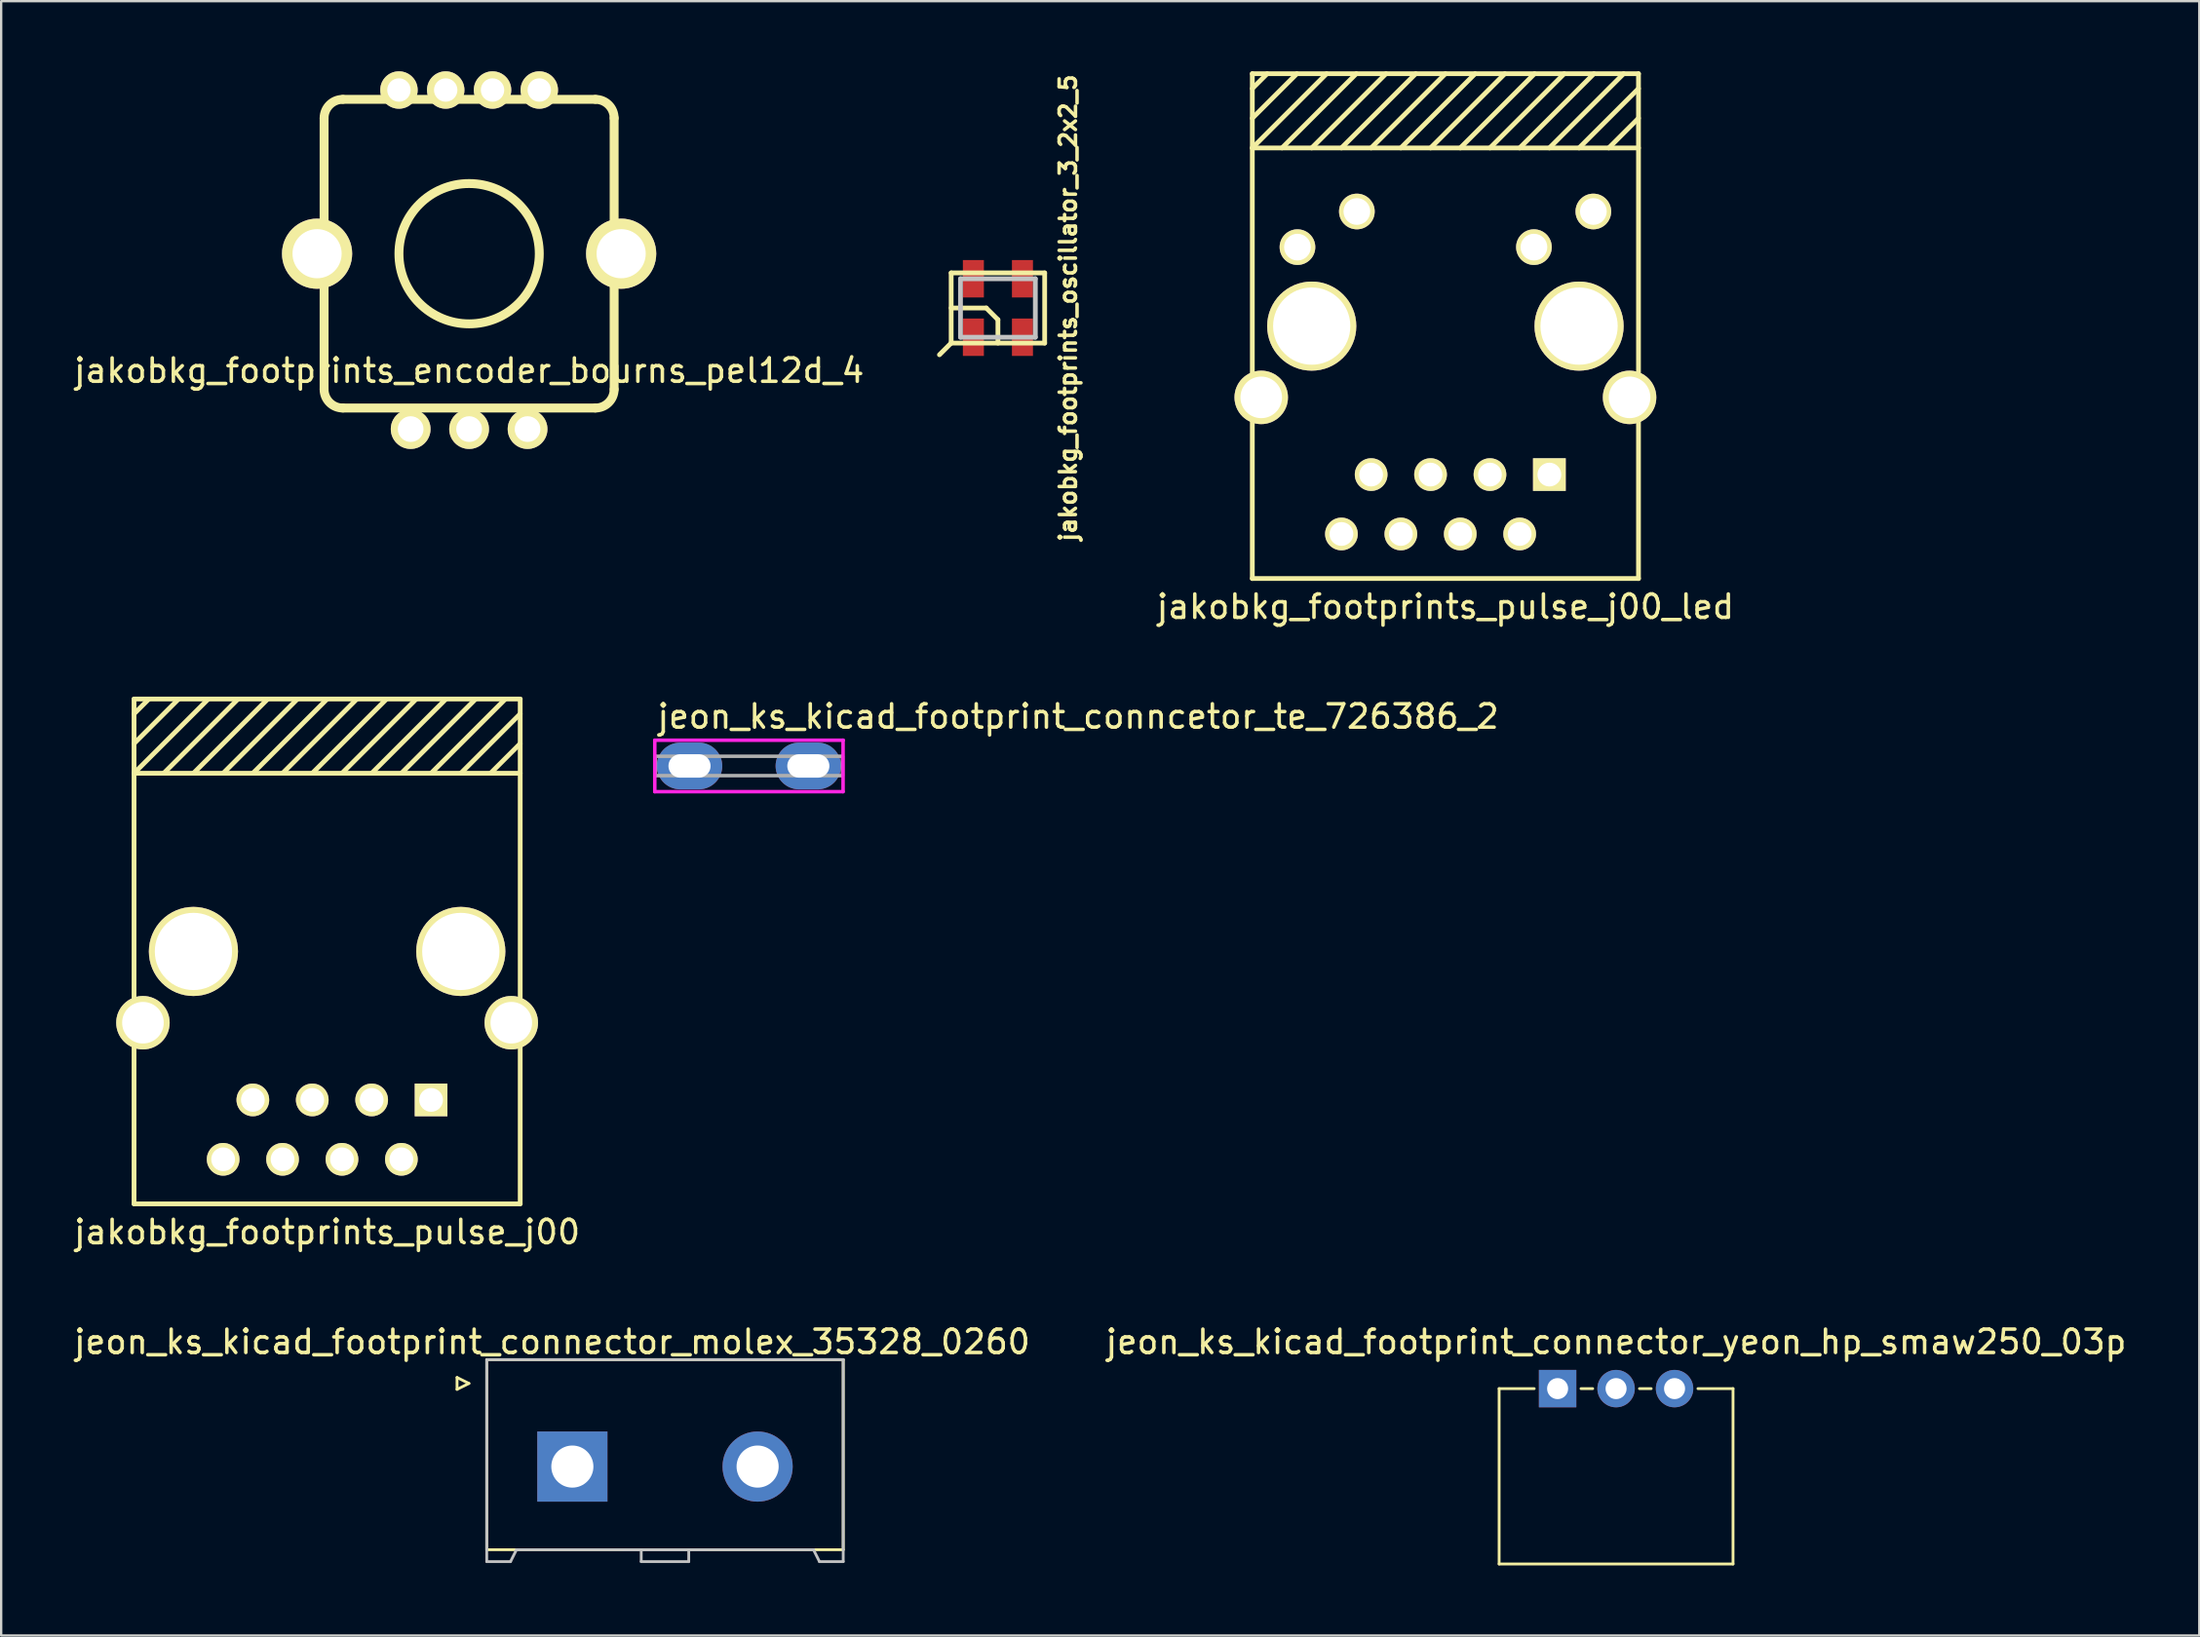
<source format=kicad_pcb>
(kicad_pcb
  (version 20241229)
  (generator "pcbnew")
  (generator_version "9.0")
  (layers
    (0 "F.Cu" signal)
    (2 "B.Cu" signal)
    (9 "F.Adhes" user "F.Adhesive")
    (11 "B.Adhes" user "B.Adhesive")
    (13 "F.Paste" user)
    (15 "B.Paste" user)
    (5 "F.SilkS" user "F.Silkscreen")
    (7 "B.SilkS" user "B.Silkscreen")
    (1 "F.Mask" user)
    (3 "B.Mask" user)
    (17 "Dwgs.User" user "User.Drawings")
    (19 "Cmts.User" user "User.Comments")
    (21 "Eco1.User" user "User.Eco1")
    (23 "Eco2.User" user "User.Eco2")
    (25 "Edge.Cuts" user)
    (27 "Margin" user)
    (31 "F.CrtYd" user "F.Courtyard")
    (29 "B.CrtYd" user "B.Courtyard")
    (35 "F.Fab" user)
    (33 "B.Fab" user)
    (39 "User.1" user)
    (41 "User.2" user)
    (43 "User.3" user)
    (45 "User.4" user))
  (footprint "jakobkg_footprints_pulse_j00_led"
    (layer "F.Cu")
    (at 58.745 10.897)
    (property "Reference" "jakobkg_footprints_pulse_j00_led" (at 0 12 0) (layer "F.SilkS") (effects (font (size 1 1) (thickness 0.15))))
    (attr through_hole)
    (fp_line (start -8.255 -10.795) (end -8.255 10.795) (stroke (width 0.203) (type solid)) (layer "F.SilkS"))
    (fp_line (start -8.255 -10.795) (end 8.255 -10.795) (stroke (width 0.203) (type solid)) (layer "F.SilkS"))
    (fp_line (start -8.255 -10.16) (end -7.62 -10.795) (stroke (width 0.203) (type solid)) (layer "F.SilkS"))
    (fp_line (start -8.255 -8.89) (end -6.35 -10.795) (stroke (width 0.203) (type solid)) (layer "F.SilkS"))
    (fp_line (start -8.255 -7.62) (end -5.08 -10.795) (stroke (width 0.203) (type solid)) (layer "F.SilkS"))
    (fp_line (start -6.985 -7.62) (end -3.81 -10.795) (stroke (width 0.203) (type solid)) (layer "F.SilkS"))
    (fp_line (start -5.715 -7.62) (end -2.54 -10.795) (stroke (width 0.203) (type solid)) (layer "F.SilkS"))
    (fp_line (start -4.445 -7.62) (end -1.27 -10.795) (stroke (width 0.203) (type solid)) (layer "F.SilkS"))
    (fp_line (start -3.175 -7.62) (end 0 -10.795) (stroke (width 0.203) (type solid)) (layer "F.SilkS"))
    (fp_line (start -1.905 -7.62) (end 1.27 -10.795) (stroke (width 0.203) (type solid)) (layer "F.SilkS"))
    (fp_line (start -0.635 -7.62) (end 2.54 -10.795) (stroke (width 0.203) (type solid)) (layer "F.SilkS"))
    (fp_line (start 0.635 -7.62) (end 3.81 -10.795) (stroke (width 0.203) (type solid)) (layer "F.SilkS"))
    (fp_line (start 1.905 -7.62) (end 5.08 -10.795) (stroke (width 0.203) (type solid)) (layer "F.SilkS"))
    (fp_line (start 3.175 -7.62) (end 6.35 -10.795) (stroke (width 0.203) (type solid)) (layer "F.SilkS"))
    (fp_line (start 4.445 -7.62) (end 7.62 -10.795) (stroke (width 0.203) (type solid)) (layer "F.SilkS"))
    (fp_line (start 5.715 -7.62) (end 8.255 -10.16) (stroke (width 0.203) (type solid)) (layer "F.SilkS"))
    (fp_line (start 6.985 -7.62) (end 8.255 -8.89) (stroke (width 0.203) (type solid)) (layer "F.SilkS"))
    (fp_line (start 8.255 -10.795) (end 8.255 10.795) (stroke (width 0.203) (type solid)) (layer "F.SilkS"))
    (fp_line (start 8.255 -7.62) (end -8.255 -7.62) (stroke (width 0.203) (type solid)) (layer "F.SilkS"))
    (fp_line (start 8.255 10.795) (end -8.255 10.795) (stroke (width 0.203) (type solid)) (layer "F.SilkS"))
    (pad "" thru_hole circle (at -5.715 0) (size 3.81 3.81) (drill 3.302) (layers "*.Cu" "*.Mask" "F.SilkS"))
    (pad "" thru_hole circle (at 5.715 0) (size 3.81 3.81) (drill 3.302) (layers "*.Cu" "*.Mask" "F.SilkS"))
    (pad "1" thru_hole rect (at 4.445 6.35) (size 1.397 1.397) (drill 1.016) (layers "*.Cu" "*.Mask" "F.SilkS"))
    (pad "2" thru_hole circle (at 3.175 8.89) (size 1.397 1.397) (drill 1.016) (layers "*.Cu" "*.Mask" "F.SilkS"))
    (pad "3" thru_hole circle (at 1.905 6.35) (size 1.397 1.397) (drill 1.016) (layers "*.Cu" "*.Mask" "F.SilkS"))
    (pad "4" thru_hole circle (at 0.635 8.89) (size 1.397 1.397) (drill 1.016) (layers "*.Cu" "*.Mask" "F.SilkS"))
    (pad "5" thru_hole circle (at -0.635 6.35) (size 1.397 1.397) (drill 1.016) (layers "*.Cu" "*.Mask" "F.SilkS"))
    (pad "6" thru_hole circle (at -1.905 8.89) (size 1.397 1.397) (drill 1.016) (layers "*.Cu" "*.Mask" "F.SilkS"))
    (pad "7" thru_hole circle (at -3.175 6.35) (size 1.397 1.397) (drill 1.016) (layers "*.Cu" "*.Mask" "F.SilkS"))
    (pad "8" thru_hole circle (at -4.445 8.89) (size 1.397 1.397) (drill 1.016) (layers "*.Cu" "*.Mask" "F.SilkS"))
    (pad "9" thru_hole circle (at 6.325 -4.902) (size 1.524 1.524) (drill 1.143) (layers "*.Cu" "*.Mask" "F.SilkS"))
    (pad "10" thru_hole circle (at 3.785 -3.378) (size 1.524 1.524) (drill 1.143) (layers "*.Cu" "*.Mask" "F.SilkS"))
    (pad "11" thru_hole circle (at -3.785 -4.902) (size 1.524 1.524) (drill 1.143) (layers "*.Cu" "*.Mask" "F.SilkS"))
    (pad "12" thru_hole circle (at -6.325 -3.378) (size 1.524 1.524) (drill 1.143) (layers "*.Cu" "*.Mask" "F.SilkS"))
    (pad "SHLD" thru_hole circle (at -7.874 3.048) (size 2.286 2.286) (drill 1.778) (layers "*.Cu" "*.Mask" "F.SilkS"))
    (pad "SHLD" thru_hole circle (at 7.874 3.048) (size 2.286 2.286) (drill 1.778) (layers "*.Cu" "*.Mask" "F.SilkS")))
  (footprint "jeon_ks_kicad_footprint_conncetor_te_726386_2"
    (layer "F.Cu")
    (at 28.969 29.708)
    (property "Reference" "jeon_ks_kicad_footprint_conncetor_te_726386_2" (at -4 -2.115 0) (layer "F.SilkS") (effects (font (size 1 1) (thickness 0.15)) (justify left)))
    (attr through_hole)
    (fp_line (start -4.025 -1.1) (end -4.025 1.1) (stroke (width 0.15) (type solid)) (layer "F.CrtYd"))
    (fp_line (start -4.025 1.1) (end 4.025 1.1) (stroke (width 0.15) (type solid)) (layer "F.CrtYd"))
    (fp_line (start 4.025 -1.1) (end -4.025 -1.1) (stroke (width 0.15) (type solid)) (layer "F.CrtYd"))
    (fp_line (start 4.025 -1.1) (end 4.025 -1.1) (stroke (width 0.15) (type solid)) (layer "F.CrtYd"))
    (fp_line (start 4.025 1.1) (end 4.025 -1.1) (stroke (width 0.15) (type solid)) (layer "F.CrtYd"))
    (fp_line (start -4 -0.415) (end 4 -0.415) (stroke (width 0.15) (type solid)) (layer "F.Fab"))
    (fp_line (start -4 0.415) (end -4 -0.415) (stroke (width 0.15) (type solid)) (layer "F.Fab"))
    (fp_line (start 4 -0.415) (end 4 0.415) (stroke (width 0.15) (type solid)) (layer "F.Fab"))
    (fp_line (start 4 0.415) (end -4 0.415) (stroke (width 0.15) (type solid)) (layer "F.Fab"))
    (pad "1" thru_hole oval (at -2.54 0) (size 2.8 2) (drill oval 1.8 1) (layers "*.Cu" "*.Mask"))
    (pad "1" thru_hole oval (at 2.54 0) (size 2.8 2) (drill oval 1.8 1) (layers "*.Cu" "*.Mask")))
  (footprint "jeon_ks_kicad_footprint_connector_yeon_hp_smaw250_03p"
    (layer "F.Cu")
    (at 66.042 56.338)
    (property "Reference" "jeon_ks_kicad_footprint_connector_yeon_hp_smaw250_03p" (at 0 -2 0) (unlocked yes) (layer "F.SilkS") (effects (font (size 1 1) (thickness 0.15))))
    (attr through_hole)
    (fp_line (start -5 0) (end -5 7.5) (stroke (width 0.12) (type solid)) (layer "F.SilkS"))
    (fp_line (start -5 7.5) (end 5 7.5) (stroke (width 0.12) (type solid)) (layer "F.SilkS"))
    (fp_line (start -3.5 0) (end -5 0) (stroke (width 0.12) (type solid)) (layer "F.SilkS"))
    (fp_line (start -1.5 0) (end -1 0) (stroke (width 0.12) (type solid)) (layer "F.SilkS"))
    (fp_line (start 1 0) (end 1.5 0) (stroke (width 0.12) (type solid)) (layer "F.SilkS"))
    (fp_line (start 3.5 0) (end 5 0) (stroke (width 0.12) (type solid)) (layer "F.SilkS"))
    (fp_line (start 5 7.5) (end 5 0) (stroke (width 0.12) (type solid)) (layer "F.SilkS"))
    (pad "1" thru_hole rect (at -2.5 0) (size 1.6 1.6) (drill 0.9) (layers "*.Cu" "*.Mask"))
    (pad "2" thru_hole circle (at 0 0) (size 1.6 1.6) (drill 0.9) (layers "*.Cu" "*.Mask"))
    (pad "3" thru_hole circle (at 2.5 0) (size 1.6 1.6) (drill 0.9) (layers "*.Cu" "*.Mask")))
  (footprint "jakobkg_footprints_encoder_bourns_pel12d_4"
    (layer "F.Cu")
    (at 17.006 7.8)
    (property "Reference" "jakobkg_footprints_encoder_bourns_pel12d_4" (at 0 5.001 0) (layer "F.SilkS") (effects (font (size 1 1) (thickness 0.15))))
    (attr through_hole)
    (fp_line (start -6.2 5.8) (end -6.2 -5.8) (stroke (width 0.381) (type solid)) (layer "F.SilkS"))
    (fp_line (start -5.4 -6.6) (end 5.4 -6.6) (stroke (width 0.381) (type solid)) (layer "F.SilkS"))
    (fp_line (start 5.4 6.6) (end -5.4 6.6) (stroke (width 0.381) (type solid)) (layer "F.SilkS"))
    (fp_line (start 6.2 -5.8) (end 6.2 5.8) (stroke (width 0.381) (type solid)) (layer "F.SilkS"))
    (fp_arc (start -6.2 -5.8) (mid -5.965685 -6.365685) (end -5.4 -6.6) (stroke (width 0.381) (type solid)) (layer "F.SilkS"))
    (fp_arc (start -5.4 6.6) (mid -5.965685 6.365685) (end -6.2 5.8) (stroke (width 0.381) (type solid)) (layer "F.SilkS"))
    (fp_arc (start 5.4 -6.6) (mid 5.965685 -6.365685) (end 6.2 -5.8) (stroke (width 0.381) (type solid)) (layer "F.SilkS"))
    (fp_arc (start 6.2 5.8) (mid 5.965685 6.365685) (end 5.4 6.6) (stroke (width 0.381) (type solid)) (layer "F.SilkS"))
    (fp_circle (center 0 0) (end 3 0) (stroke (width 0.381) (type solid)) (fill no) (layer "F.SilkS"))
    (pad "" thru_hole circle (at -6.5 0) (size 3 3) (drill 2.101) (layers "*.Cu" "*.Mask" "F.SilkS"))
    (pad "" thru_hole circle (at 6.5 0) (size 3 3) (drill 2.101) (layers "*.Cu" "*.Mask" "F.SilkS"))
    (pad "1" thru_hole circle (at 3 -7) (size 1.6 1.6) (drill 1.001) (layers "*.Cu" "*.Mask" "F.SilkS"))
    (pad "2" thru_hole circle (at 1.001 -7) (size 1.6 1.6) (drill 1.001) (layers "*.Cu" "*.Mask" "F.SilkS"))
    (pad "3" thru_hole circle (at -1.001 -7) (size 1.6 1.6) (drill 1.001) (layers "*.Cu" "*.Mask" "F.SilkS"))
    (pad "4" thru_hole circle (at -3 -7) (size 1.6 1.6) (drill 1.001) (layers "*.Cu" "*.Mask" "F.SilkS"))
    (pad "A" thru_hole circle (at -2.499 7.501) (size 1.699 1.699) (drill 1.1) (layers "*.Cu" "*.Mask" "F.SilkS"))
    (pad "B" thru_hole circle (at 2.499 7.501) (size 1.699 1.699) (drill 1.1) (layers "*.Cu" "*.Mask" "F.SilkS"))
    (pad "C" thru_hole circle (at 0 7.501) (size 1.699 1.699) (drill 1.1) (layers "*.Cu" "*.Mask" "F.SilkS")))
  (footprint "jakobkg_footprints_oscillator_3_2x2_5"
    (layer "F.Cu")
    (at 39.614 10.122)
    (property "Reference" "jakobkg_footprints_oscillator_3_2x2_5" (at 3 0 90) (layer "F.SilkS") (effects (font (size 0.7 0.7) (thickness 0.15))))
    (attr through_hole)
    (fp_line (start -2 0) (end -0.5 0) (stroke (width 0.203) (type solid)) (layer "F.SilkS"))
    (fp_line (start -2 1.5) (end -2.5 2) (stroke (width 0.203) (type solid)) (layer "F.SilkS"))
    (fp_line (start -1.999 -1.501) (end 1.999 -1.501) (stroke (width 0.203) (type solid)) (layer "F.SilkS"))
    (fp_line (start -1.999 1.501) (end -1.999 -1.501) (stroke (width 0.203) (type solid)) (layer "F.SilkS"))
    (fp_line (start -0.5 0) (end 0 0.5) (stroke (width 0.203) (type solid)) (layer "F.SilkS"))
    (fp_line (start 0 0.5) (end 0 1.5) (stroke (width 0.203) (type solid)) (layer "F.SilkS"))
    (fp_line (start 1.999 -1.501) (end 1.999 1.501) (stroke (width 0.203) (type solid)) (layer "F.SilkS"))
    (fp_line (start 1.999 1.501) (end -1.999 1.501) (stroke (width 0.203) (type solid)) (layer "F.SilkS"))
    (fp_line (start -1.6 -1.25) (end 1.6 -1.25) (stroke (width 0.203) (type solid)) (layer "Dwgs.User"))
    (fp_line (start -1.6 1.25) (end -1.6 -1.25) (stroke (width 0.203) (type solid)) (layer "Dwgs.User"))
    (fp_line (start 1.6 -1.25) (end 1.6 1.25) (stroke (width 0.203) (type solid)) (layer "Dwgs.User"))
    (fp_line (start 1.6 1.25) (end -1.6 1.25) (stroke (width 0.203) (type solid)) (layer "Dwgs.User"))
    (pad "1" smd rect (at -1.049 1.25) (size 0.899 1.6) (layers "F.Cu" "F.Mask" "F.Paste"))
    (pad "2" smd rect (at 1.049 1.25) (size 0.899 1.6) (layers "F.Cu" "F.Mask" "F.Paste"))
    (pad "3" smd rect (at 1.049 -1.25) (size 0.899 1.6) (layers "F.Cu" "F.Mask" "F.Paste"))
    (pad "4" smd rect (at -1.049 -1.25) (size 0.899 1.6) (layers "F.Cu" "F.Mask" "F.Paste")))
  (footprint "jeon_ks_kicad_footprint_connector_molex_35328_0260"
    (layer "F.Cu")
    (at 25.38 59.672)
    (property "Reference" "jeon_ks_kicad_footprint_connector_molex_35328_0260" (at -4.826 -5.334 0) (layer "F.SilkS") (effects (font (size 1 1) (thickness 0.15))))
    (attr through_hole)
    (fp_line (start -8.89 -3.81) (end -8.89 -3.302) (stroke (width 0.12) (type solid)) (layer "F.SilkS"))
    (fp_line (start -8.89 -3.302) (end -8.382 -3.556) (stroke (width 0.12) (type solid)) (layer "F.SilkS"))
    (fp_line (start -8.382 -3.556) (end -8.89 -3.81) (stroke (width 0.12) (type solid)) (layer "F.SilkS"))
    (fp_line (start -7.62 -4.572) (end 7.62 -4.572) (stroke (width 0.12) (type solid)) (layer "F.SilkS"))
    (fp_line (start -7.62 3.556) (end -7.62 -4.572) (stroke (width 0.12) (type solid)) (layer "F.SilkS"))
    (fp_line (start -7.62 3.556) (end 7.62 3.556) (stroke (width 0.12) (type solid)) (layer "F.SilkS"))
    (fp_line (start 7.62 -4.572) (end 7.62 3.556) (stroke (width 0.12) (type solid)) (layer "F.SilkS"))
    (fp_line (start -7.62 -4.572) (end 7.62 -4.572) (stroke (width 0.12) (type solid)) (layer "Dwgs.User"))
    (fp_line (start -7.62 4.064) (end -7.62 -4.572) (stroke (width 0.12) (type solid)) (layer "Dwgs.User"))
    (fp_line (start -6.604 4.064) (end -7.62 4.064) (stroke (width 0.12) (type solid)) (layer "Dwgs.User"))
    (fp_line (start -6.35 3.556) (end -6.604 4.064) (stroke (width 0.12) (type solid)) (layer "Dwgs.User"))
    (fp_line (start -1.016 4.064) (end -1.016 3.556) (stroke (width 0.12) (type solid)) (layer "Dwgs.User"))
    (fp_line (start 1.016 3.556) (end 1.016 4.064) (stroke (width 0.12) (type solid)) (layer "Dwgs.User"))
    (fp_line (start 1.016 4.064) (end -1.016 4.064) (stroke (width 0.12) (type solid)) (layer "Dwgs.User"))
    (fp_line (start 1.778 3.556) (end -6.35 3.556) (stroke (width 0.12) (type solid)) (layer "Dwgs.User"))
    (fp_line (start 6.35 3.556) (end -1.778 3.556) (stroke (width 0.12) (type solid)) (layer "Dwgs.User"))
    (fp_line (start 6.604 4.064) (end 6.35 3.556) (stroke (width 0.12) (type solid)) (layer "Dwgs.User"))
    (fp_line (start 7.62 -4.572) (end 7.62 4.064) (stroke (width 0.12) (type solid)) (layer "Dwgs.User"))
    (fp_line (start 7.62 4.064) (end 6.604 4.064) (stroke (width 0.12) (type solid)) (layer "Dwgs.User"))
    (pad "1" thru_hole rect (at -3.96 0) (size 3 3) (drill 1.8) (layers "*.Cu" "*.Mask"))
    (pad "2" thru_hole circle (at 3.96 0) (size 3 3) (drill 1.8) (layers "*.Cu" "*.Mask")))
  (footprint "jakobkg_footprints_pulse_j00"
    (layer "F.Cu")
    (at 10.935 37.641)
    (property "Reference" "jakobkg_footprints_pulse_j00" (at 0 12 0) (layer "F.SilkS") (effects (font (size 1 1) (thickness 0.15))))
    (attr through_hole)
    (fp_line (start -8.255 -10.795) (end -8.255 10.795) (stroke (width 0.203) (type solid)) (layer "F.SilkS"))
    (fp_line (start -8.255 -10.795) (end 8.255 -10.795) (stroke (width 0.203) (type solid)) (layer "F.SilkS"))
    (fp_line (start -8.255 -10.16) (end -7.62 -10.795) (stroke (width 0.203) (type solid)) (layer "F.SilkS"))
    (fp_line (start -8.255 -8.89) (end -6.35 -10.795) (stroke (width 0.203) (type solid)) (layer "F.SilkS"))
    (fp_line (start -8.255 -7.62) (end -5.08 -10.795) (stroke (width 0.203) (type solid)) (layer "F.SilkS"))
    (fp_line (start -6.985 -7.62) (end -3.81 -10.795) (stroke (width 0.203) (type solid)) (layer "F.SilkS"))
    (fp_line (start -5.715 -7.62) (end -2.54 -10.795) (stroke (width 0.203) (type solid)) (layer "F.SilkS"))
    (fp_line (start -4.445 -7.62) (end -1.27 -10.795) (stroke (width 0.203) (type solid)) (layer "F.SilkS"))
    (fp_line (start -3.175 -7.62) (end 0 -10.795) (stroke (width 0.203) (type solid)) (layer "F.SilkS"))
    (fp_line (start -1.905 -7.62) (end 1.27 -10.795) (stroke (width 0.203) (type solid)) (layer "F.SilkS"))
    (fp_line (start -0.635 -7.62) (end 2.54 -10.795) (stroke (width 0.203) (type solid)) (layer "F.SilkS"))
    (fp_line (start 0.635 -7.62) (end 3.81 -10.795) (stroke (width 0.203) (type solid)) (layer "F.SilkS"))
    (fp_line (start 1.905 -7.62) (end 5.08 -10.795) (stroke (width 0.203) (type solid)) (layer "F.SilkS"))
    (fp_line (start 3.175 -7.62) (end 6.35 -10.795) (stroke (width 0.203) (type solid)) (layer "F.SilkS"))
    (fp_line (start 4.445 -7.62) (end 7.62 -10.795) (stroke (width 0.203) (type solid)) (layer "F.SilkS"))
    (fp_line (start 5.715 -7.62) (end 8.255 -10.16) (stroke (width 0.203) (type solid)) (layer "F.SilkS"))
    (fp_line (start 6.985 -7.62) (end 8.255 -8.89) (stroke (width 0.203) (type solid)) (layer "F.SilkS"))
    (fp_line (start 8.255 -10.795) (end 8.255 10.795) (stroke (width 0.203) (type solid)) (layer "F.SilkS"))
    (fp_line (start 8.255 -7.62) (end -8.255 -7.62) (stroke (width 0.203) (type solid)) (layer "F.SilkS"))
    (fp_line (start 8.255 10.795) (end -8.255 10.795) (stroke (width 0.203) (type solid)) (layer "F.SilkS"))
    (pad "" thru_hole circle (at -5.715 0) (size 3.81 3.81) (drill 3.302) (layers "*.Cu" "*.Mask" "F.SilkS"))
    (pad "" thru_hole circle (at 5.715 0) (size 3.81 3.81) (drill 3.302) (layers "*.Cu" "*.Mask" "F.SilkS"))
    (pad "1" thru_hole rect (at 4.445 6.35) (size 1.397 1.397) (drill 1.016) (layers "*.Cu" "*.Mask" "F.SilkS"))
    (pad "2" thru_hole circle (at 3.175 8.89) (size 1.397 1.397) (drill 1.016) (layers "*.Cu" "*.Mask" "F.SilkS"))
    (pad "3" thru_hole circle (at 1.905 6.35) (size 1.397 1.397) (drill 1.016) (layers "*.Cu" "*.Mask" "F.SilkS"))
    (pad "4" thru_hole circle (at 0.635 8.89) (size 1.397 1.397) (drill 1.016) (layers "*.Cu" "*.Mask" "F.SilkS"))
    (pad "5" thru_hole circle (at -0.635 6.35) (size 1.397 1.397) (drill 1.016) (layers "*.Cu" "*.Mask" "F.SilkS"))
    (pad "6" thru_hole circle (at -1.905 8.89) (size 1.397 1.397) (drill 1.016) (layers "*.Cu" "*.Mask" "F.SilkS"))
    (pad "7" thru_hole circle (at -3.175 6.35) (size 1.397 1.397) (drill 1.016) (layers "*.Cu" "*.Mask" "F.SilkS"))
    (pad "8" thru_hole circle (at -4.445 8.89) (size 1.397 1.397) (drill 1.016) (layers "*.Cu" "*.Mask" "F.SilkS"))
    (pad "SHLD" thru_hole circle (at -7.874 3.048) (size 2.286 2.286) (drill 1.778) (layers "*.Cu" "*.Mask" "F.SilkS"))
    (pad "SHLD" thru_hole circle (at 7.874 3.048) (size 2.286 2.286) (drill 1.778) (layers "*.Cu" "*.Mask" "F.SilkS")))
  (gr_rect
    (start -3 -3)
    (end 90.976 66.898)
    (stroke (width 0.1) (type default))
    (fill no)
    (layer "Edge.Cuts")))
</source>
